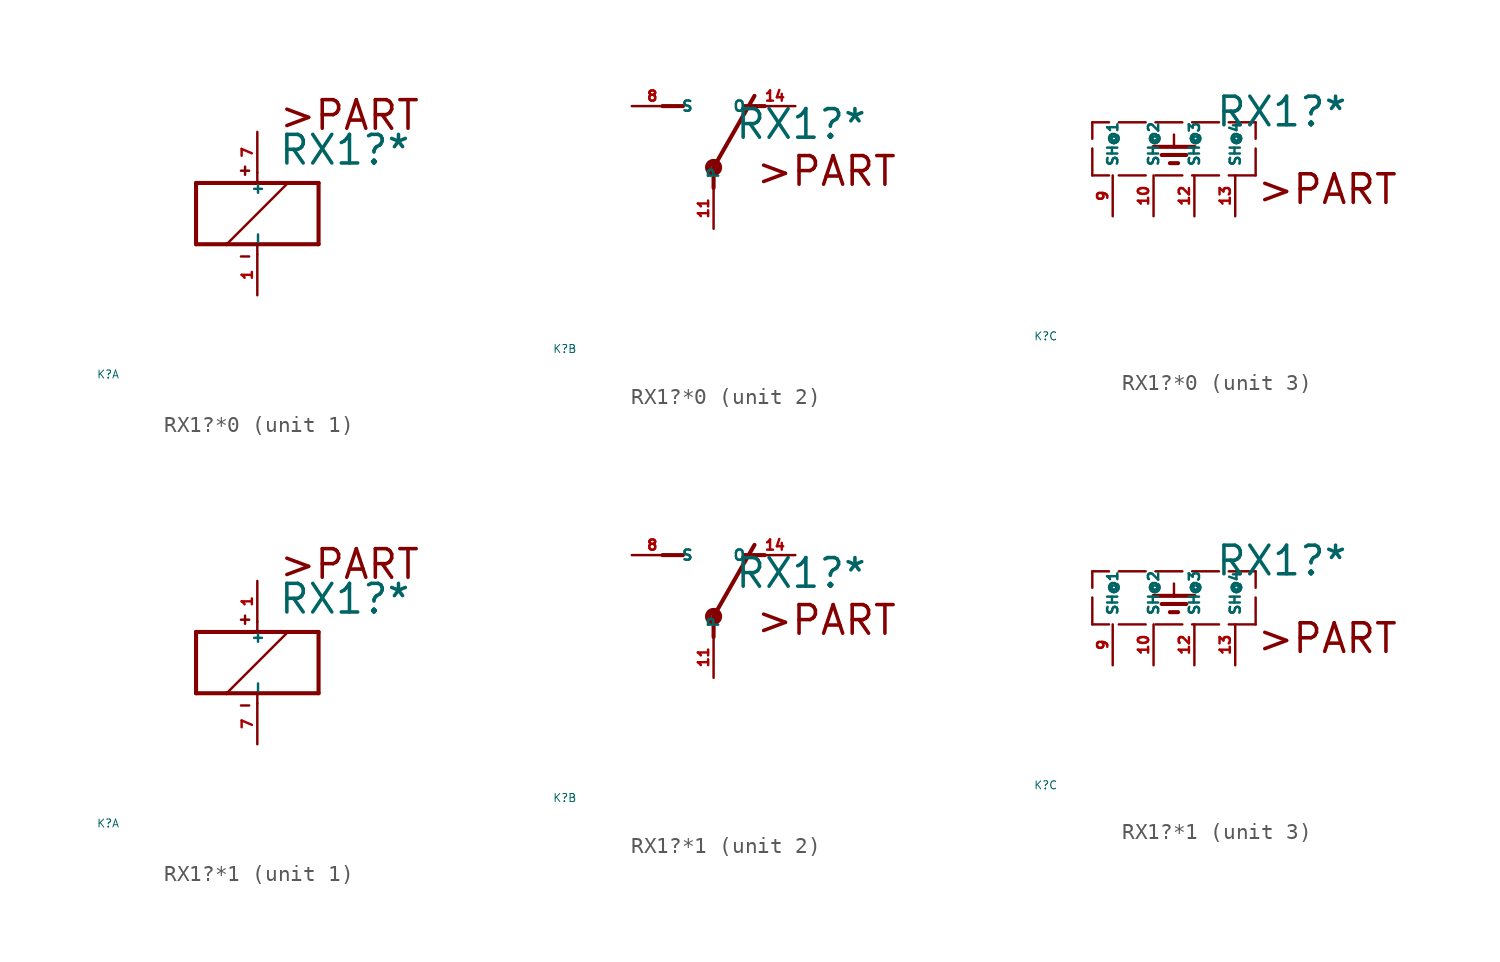
<source format=kicad_sym>
(kicad_symbol_lib
  (version 20220914)
  (generator Eagle2Kicad)
  (symbol "RX1?*0"
    (property "Reference" "K"
      (at -10 -10 0)
      (effects (font (size 0.5 0.5) (thickness 0.06)) (justify left)))
    (property "Value" "RX1?*"
      (at 1.27 2.921 0)
      (effects (font (size 1.778 1.778) (thickness 0.22)) (justify left bottom)))
    (symbol "RX1?*0_1_0"
      (polyline (pts (xy -3.81 -1.905) (xy -1.905 -1.905)) (stroke (width 0.254) (type default)) (fill (type none)))
      (polyline (pts (xy 3.81 -1.905) (xy 3.81 1.905)) (stroke (width 0.254) (type default)) (fill (type none)))
      (polyline (pts (xy 3.81 1.905) (xy 1.905 1.905)) (stroke (width 0.254) (type default)) (fill (type none)))
      (polyline (pts (xy -3.81 1.905) (xy -3.81 -1.905)) (stroke (width 0.254) (type default)) (fill (type none)))
      (polyline (pts (xy 0 -2.54) (xy 0 -1.905)) (stroke (width 0.152) (type default)) (fill (type none)))
      (polyline (pts (xy 0 -1.905) (xy 3.81 -1.905)) (stroke (width 0.254) (type default)) (fill (type none)))
      (polyline (pts (xy 0 2.54) (xy 0 1.905)) (stroke (width 0.152) (type default)) (fill (type none)))
      (polyline (pts (xy 0 1.905) (xy -3.81 1.905)) (stroke (width 0.254) (type default)) (fill (type none)))
      (polyline (pts (xy -1.905 -1.905) (xy 1.905 1.905)) (stroke (width 0.152) (type default)) (fill (type none)))
      (polyline (pts (xy -1.905 -1.905) (xy 0 -1.905)) (stroke (width 0.254) (type default)) (fill (type none)))
      (polyline (pts (xy 1.905 1.905) (xy 0 1.905)) (stroke (width 0.254) (type default)) (fill (type none)))
      (polyline (pts (xy -1.016 2.667) (xy -0.508 2.667)) (stroke (width 0.152) (type default)) (fill (type none)))
      (polyline (pts (xy -0.762 2.921) (xy -0.762 2.413)) (stroke (width 0.152) (type default)) (fill (type none)))
      (polyline (pts (xy -1.016 -2.667) (xy -0.508 -2.667)) (stroke (width 0.152) (type default)) (fill (type none)))
      (text ">PART" (at 1.27 5.08 0) (effects (font (size 1.778 1.778) (thickness 0.22)) (justify left bottom)))
      (pin passive line (at 0 -5.08 90) (length 2.54) (name "-" (effects (font (size 0.635 0.635) (thickness 0.08)) (justify left bottom))) (number "1" (effects (font (size 0.635 0.635) (thickness 0.08)) (justify left bottom))))
      (pin passive line (at 0 5.08 270) (length 2.54) (name "+" (effects (font (size 0.635 0.635) (thickness 0.08)) (justify left bottom))) (number "7" (effects (font (size 0.635 0.635) (thickness 0.08)) (justify left bottom)))))
    (symbol "RX1?*0_2_0"
      (polyline (pts (xy 3.175 5.08) (xy 1.905 5.08)) (stroke (width 0.254) (type default)) (fill (type none)))
      (polyline (pts (xy -3.175 5.08) (xy -1.905 5.08)) (stroke (width 0.254) (type default)) (fill (type none)))
      (polyline (pts (xy 0 1.27) (xy 2.54 5.715)) (stroke (width 0.254) (type default)) (fill (type none)))
      (polyline (pts (xy 0 1.27) (xy 0 0)) (stroke (width 0.254) (type default)) (fill (type none)))
      (text ">PART" (at 2.54 0 0) (effects (font (size 1.778 1.778) (thickness 0.22)) (justify left bottom)))
      (circle (center 0 1.27) (radius 0.127) (stroke (width 0.406) (type default)) (fill (type none)))
      (pin passive line (at 5.08 5.08 180) (length 2.54) (name "O" (effects (font (size 0.635 0.635) (thickness 0.08)) (justify left bottom))) (number "14" (effects (font (size 0.635 0.635) (thickness 0.08)) (justify left bottom))))
      (pin passive line (at -5.08 5.08 0) (length 2.54) (name "S" (effects (font (size 0.635 0.635) (thickness 0.08)) (justify left bottom))) (number "8" (effects (font (size 0.635 0.635) (thickness 0.08)) (justify left bottom))))
      (pin passive line (at 0 -2.54 90) (length 2.54) (name "P" (effects (font (size 0.635 0.635) (thickness 0.08)) (justify left bottom))) (number "11" (effects (font (size 0.635 0.635) (thickness 0.08)) (justify left bottom)))))
    (symbol "RX1?*0_3_0"
      (polyline (pts (xy 3.81 0) (xy -6.35 0)) (stroke (width 0.152) (type dash)) (fill (type none)))
      (polyline (pts (xy -1.27 2.54) (xy -1.27 1.778)) (stroke (width 0.152) (type default)) (fill (type none)))
      (polyline (pts (xy -2.54 1.778) (xy -1.27 1.778)) (stroke (width 0.254) (type default)) (fill (type none)))
      (polyline (pts (xy -1.27 1.778) (xy 0 1.778)) (stroke (width 0.254) (type default)) (fill (type none)))
      (polyline (pts (xy -2.032 1.27) (xy -0.508 1.27)) (stroke (width 0.254) (type default)) (fill (type none)))
      (polyline (pts (xy -1.524 0.762) (xy -1.016 0.762)) (stroke (width 0.254) (type default)) (fill (type none)))
      (polyline (pts (xy 3.81 0) (xy 3.81 3.302)) (stroke (width 0.152) (type dash)) (fill (type none)))
      (polyline (pts (xy 3.81 3.302) (xy -6.35 3.302)) (stroke (width 0.152) (type dash)) (fill (type none)))
      (polyline (pts (xy -6.35 0) (xy -6.35 3.302)) (stroke (width 0.152) (type dash)) (fill (type none)))
      (text ">PART" (at 3.81 -1.905 0) (effects (font (size 1.778 1.778) (thickness 0.22)) (justify left bottom)))
      (pin passive line (at 0 -2.54 90) (length 2.54) (name "SH@3" (effects (font (size 0.635 0.635) (thickness 0.08)) (justify left bottom))) (number "12" (effects (font (size 0.635 0.635) (thickness 0.08)) (justify left bottom))))
      (pin passive line (at -5.08 -2.54 90) (length 2.54) (name "SH@1" (effects (font (size 0.635 0.635) (thickness 0.08)) (justify left bottom))) (number "9" (effects (font (size 0.635 0.635) (thickness 0.08)) (justify left bottom))))
      (pin passive line (at -2.54 -2.54 90) (length 2.54) (name "SH@2" (effects (font (size 0.635 0.635) (thickness 0.08)) (justify left bottom))) (number "10" (effects (font (size 0.635 0.635) (thickness 0.08)) (justify left bottom))))
      (pin passive line (at 2.54 -2.54 90) (length 2.54) (name "SH@4" (effects (font (size 0.635 0.635) (thickness 0.08)) (justify left bottom))) (number "13" (effects (font (size 0.635 0.635) (thickness 0.08)) (justify left bottom))))))
  (symbol "RX1?*1"
    (property "Reference" "K"
      (at -10 -10 0)
      (effects (font (size 0.5 0.5) (thickness 0.06)) (justify left)))
    (property "Value" "RX1?*"
      (at 1.27 2.921 0)
      (effects (font (size 1.778 1.778) (thickness 0.22)) (justify left bottom)))
    (symbol "RX1?*1_1_0"
      (polyline (pts (xy -3.81 -1.905) (xy -1.905 -1.905)) (stroke (width 0.254) (type default)) (fill (type none)))
      (polyline (pts (xy 3.81 -1.905) (xy 3.81 1.905)) (stroke (width 0.254) (type default)) (fill (type none)))
      (polyline (pts (xy 3.81 1.905) (xy 1.905 1.905)) (stroke (width 0.254) (type default)) (fill (type none)))
      (polyline (pts (xy -3.81 1.905) (xy -3.81 -1.905)) (stroke (width 0.254) (type default)) (fill (type none)))
      (polyline (pts (xy 0 -2.54) (xy 0 -1.905)) (stroke (width 0.152) (type default)) (fill (type none)))
      (polyline (pts (xy 0 -1.905) (xy 3.81 -1.905)) (stroke (width 0.254) (type default)) (fill (type none)))
      (polyline (pts (xy 0 2.54) (xy 0 1.905)) (stroke (width 0.152) (type default)) (fill (type none)))
      (polyline (pts (xy 0 1.905) (xy -3.81 1.905)) (stroke (width 0.254) (type default)) (fill (type none)))
      (polyline (pts (xy -1.905 -1.905) (xy 1.905 1.905)) (stroke (width 0.152) (type default)) (fill (type none)))
      (polyline (pts (xy -1.905 -1.905) (xy 0 -1.905)) (stroke (width 0.254) (type default)) (fill (type none)))
      (polyline (pts (xy 1.905 1.905) (xy 0 1.905)) (stroke (width 0.254) (type default)) (fill (type none)))
      (polyline (pts (xy -1.016 2.667) (xy -0.508 2.667)) (stroke (width 0.152) (type default)) (fill (type none)))
      (polyline (pts (xy -0.762 2.921) (xy -0.762 2.413)) (stroke (width 0.152) (type default)) (fill (type none)))
      (polyline (pts (xy -1.016 -2.667) (xy -0.508 -2.667)) (stroke (width 0.152) (type default)) (fill (type none)))
      (text ">PART" (at 1.27 5.08 0) (effects (font (size 1.778 1.778) (thickness 0.22)) (justify left bottom)))
      (pin passive line (at 0 -5.08 90) (length 2.54) (name "-" (effects (font (size 0.635 0.635) (thickness 0.08)) (justify left bottom))) (number "7" (effects (font (size 0.635 0.635) (thickness 0.08)) (justify left bottom))))
      (pin passive line (at 0 5.08 270) (length 2.54) (name "+" (effects (font (size 0.635 0.635) (thickness 0.08)) (justify left bottom))) (number "1" (effects (font (size 0.635 0.635) (thickness 0.08)) (justify left bottom)))))
    (symbol "RX1?*1_2_0"
      (polyline (pts (xy 3.175 5.08) (xy 1.905 5.08)) (stroke (width 0.254) (type default)) (fill (type none)))
      (polyline (pts (xy -3.175 5.08) (xy -1.905 5.08)) (stroke (width 0.254) (type default)) (fill (type none)))
      (polyline (pts (xy 0 1.27) (xy 2.54 5.715)) (stroke (width 0.254) (type default)) (fill (type none)))
      (polyline (pts (xy 0 1.27) (xy 0 0)) (stroke (width 0.254) (type default)) (fill (type none)))
      (text ">PART" (at 2.54 0 0) (effects (font (size 1.778 1.778) (thickness 0.22)) (justify left bottom)))
      (circle (center 0 1.27) (radius 0.127) (stroke (width 0.406) (type default)) (fill (type none)))
      (pin passive line (at 5.08 5.08 180) (length 2.54) (name "O" (effects (font (size 0.635 0.635) (thickness 0.08)) (justify left bottom))) (number "14" (effects (font (size 0.635 0.635) (thickness 0.08)) (justify left bottom))))
      (pin passive line (at -5.08 5.08 0) (length 2.54) (name "S" (effects (font (size 0.635 0.635) (thickness 0.08)) (justify left bottom))) (number "8" (effects (font (size 0.635 0.635) (thickness 0.08)) (justify left bottom))))
      (pin passive line (at 0 -2.54 90) (length 2.54) (name "P" (effects (font (size 0.635 0.635) (thickness 0.08)) (justify left bottom))) (number "11" (effects (font (size 0.635 0.635) (thickness 0.08)) (justify left bottom)))))
    (symbol "RX1?*1_3_0"
      (polyline (pts (xy 3.81 0) (xy -6.35 0)) (stroke (width 0.152) (type dash)) (fill (type none)))
      (polyline (pts (xy -1.27 2.54) (xy -1.27 1.778)) (stroke (width 0.152) (type default)) (fill (type none)))
      (polyline (pts (xy -2.54 1.778) (xy -1.27 1.778)) (stroke (width 0.254) (type default)) (fill (type none)))
      (polyline (pts (xy -1.27 1.778) (xy 0 1.778)) (stroke (width 0.254) (type default)) (fill (type none)))
      (polyline (pts (xy -2.032 1.27) (xy -0.508 1.27)) (stroke (width 0.254) (type default)) (fill (type none)))
      (polyline (pts (xy -1.524 0.762) (xy -1.016 0.762)) (stroke (width 0.254) (type default)) (fill (type none)))
      (polyline (pts (xy 3.81 0) (xy 3.81 3.302)) (stroke (width 0.152) (type dash)) (fill (type none)))
      (polyline (pts (xy 3.81 3.302) (xy -6.35 3.302)) (stroke (width 0.152) (type dash)) (fill (type none)))
      (polyline (pts (xy -6.35 0) (xy -6.35 3.302)) (stroke (width 0.152) (type dash)) (fill (type none)))
      (text ">PART" (at 3.81 -1.905 0) (effects (font (size 1.778 1.778) (thickness 0.22)) (justify left bottom)))
      (pin passive line (at 0 -2.54 90) (length 2.54) (name "SH@3" (effects (font (size 0.635 0.635) (thickness 0.08)) (justify left bottom))) (number "12" (effects (font (size 0.635 0.635) (thickness 0.08)) (justify left bottom))))
      (pin passive line (at -5.08 -2.54 90) (length 2.54) (name "SH@1" (effects (font (size 0.635 0.635) (thickness 0.08)) (justify left bottom))) (number "9" (effects (font (size 0.635 0.635) (thickness 0.08)) (justify left bottom))))
      (pin passive line (at -2.54 -2.54 90) (length 2.54) (name "SH@2" (effects (font (size 0.635 0.635) (thickness 0.08)) (justify left bottom))) (number "10" (effects (font (size 0.635 0.635) (thickness 0.08)) (justify left bottom))))
      (pin passive line (at 2.54 -2.54 90) (length 2.54) (name "SH@4" (effects (font (size 0.635 0.635) (thickness 0.08)) (justify left bottom))) (number "13" (effects (font (size 0.635 0.635) (thickness 0.08)) (justify left bottom)))))))
</source>
